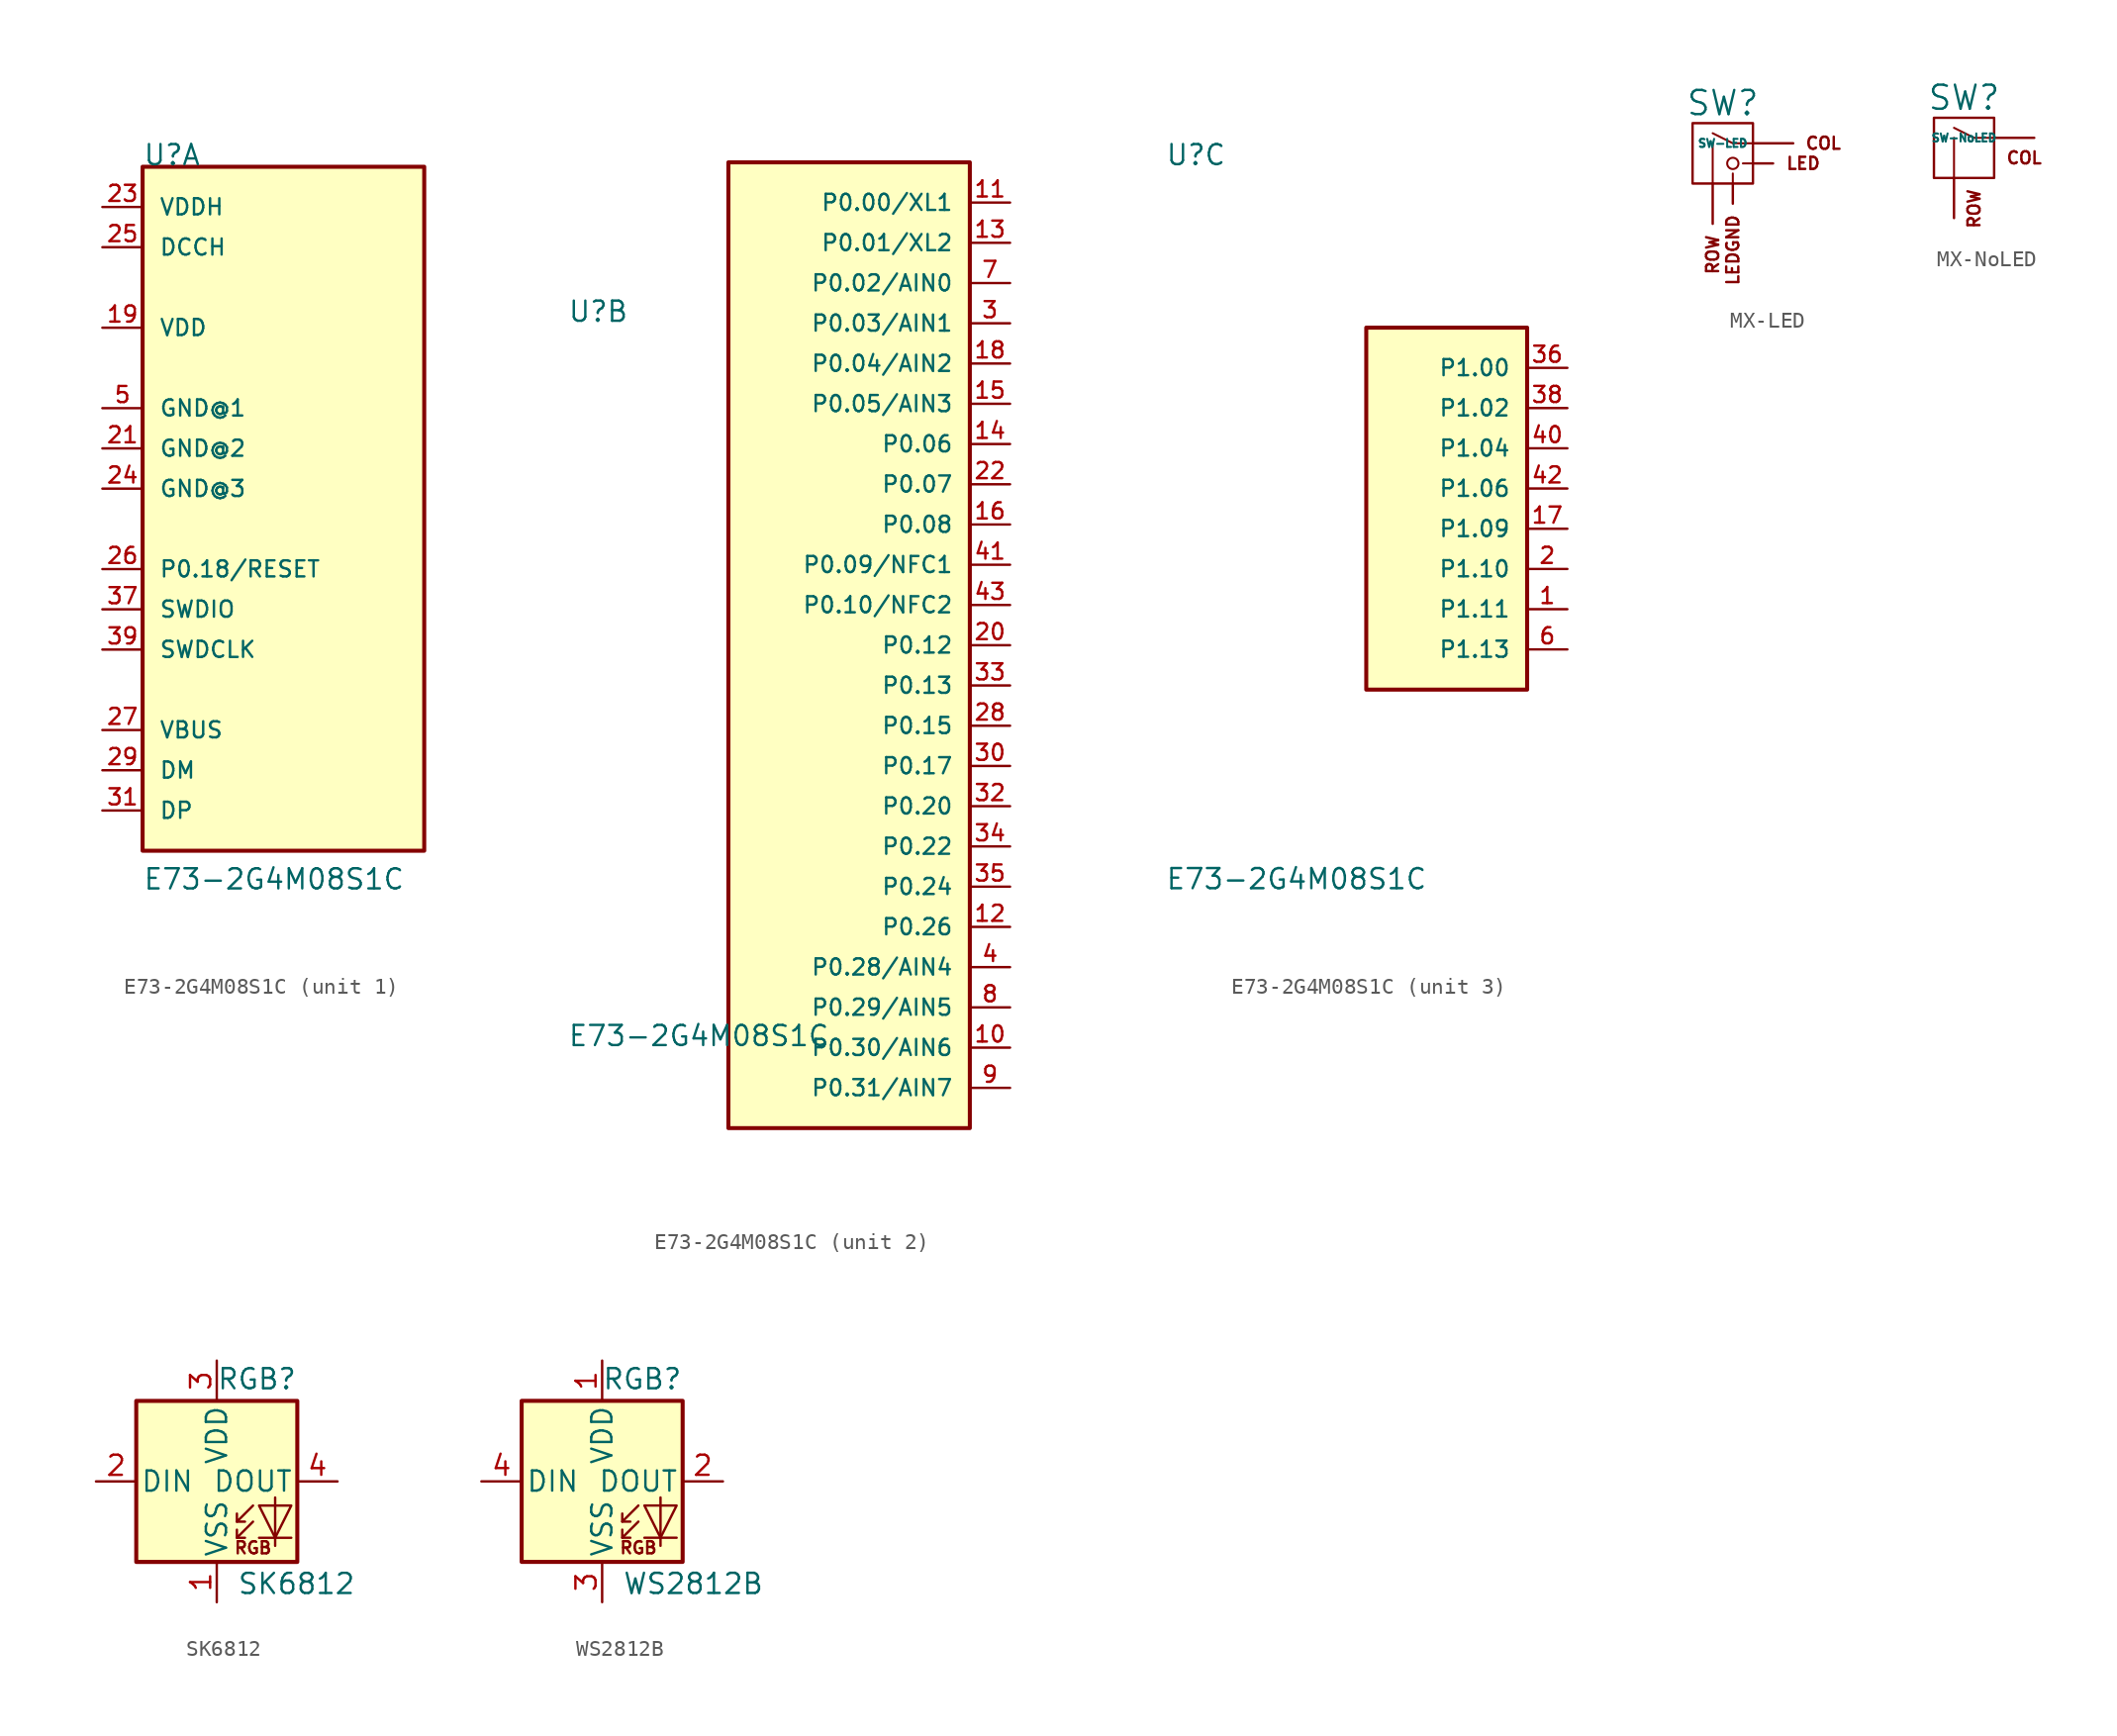
<source format=kicad_sym>
(kicad_symbol_lib
  (version 20231120)
  (generator "kicad_symbol_editor")
  (generator_version "8.0")
  (symbol "E73-2G4M08S1C"
    (pin_names
      (offset 1.016))
    (property "Reference" "U"
      (at -15.24 20.32 0)
      (effects (font (size 1.27 1.27)) (justify left bottom)))
    (property "Value" "E73-2G4M08S1C"
      (at -15.24 -25.4 0)
      (effects (font (size 1.27 1.27)) (justify left bottom)))
    (symbol "E73-2G4M08S1C_1_0"
      (rectangle (start -15.24 -22.86) (end 2.54 20.32) (stroke (width 0.254) (type default)) (fill (type background)))
      (pin bidirectional line (at -17.78 10.16 0) (length 2.54) (name "VDD" (effects (font (size 1.016 1.016)))) (number "19" (effects (font (size 1.016 1.016)))))
      (pin bidirectional line (at -17.78 2.54 0) (length 2.54) (name "GND@2" (effects (font (size 1.016 1.016)))) (number "21" (effects (font (size 1.016 1.016)))))
      (pin bidirectional line (at -17.78 17.78 0) (length 2.54) (name "VDDH" (effects (font (size 1.016 1.016)))) (number "23" (effects (font (size 1.016 1.016)))))
      (pin bidirectional line (at -17.78 0 0) (length 2.54) (name "GND@3" (effects (font (size 1.016 1.016)))) (number "24" (effects (font (size 1.016 1.016)))))
      (pin bidirectional line (at -17.78 15.24 0) (length 2.54) (name "DCCH" (effects (font (size 1.016 1.016)))) (number "25" (effects (font (size 1.016 1.016)))))
      (pin bidirectional line (at -17.78 -5.08 0) (length 2.54) (name "P0.18/RESET" (effects (font (size 1.016 1.016)))) (number "26" (effects (font (size 1.016 1.016)))))
      (pin bidirectional line (at -17.78 -15.24 0) (length 2.54) (name "VBUS" (effects (font (size 1.016 1.016)))) (number "27" (effects (font (size 1.016 1.016)))))
      (pin bidirectional line (at -17.78 -17.78 0) (length 2.54) (name "DM" (effects (font (size 1.016 1.016)))) (number "29" (effects (font (size 1.016 1.016)))))
      (pin bidirectional line (at -17.78 -20.32 0) (length 2.54) (name "DP" (effects (font (size 1.016 1.016)))) (number "31" (effects (font (size 1.016 1.016)))))
      (pin bidirectional line (at -17.78 -7.62 0) (length 2.54) (name "SWDIO" (effects (font (size 1.016 1.016)))) (number "37" (effects (font (size 1.016 1.016)))))
      (pin bidirectional line (at -17.78 -10.16 0) (length 2.54) (name "SWDCLK" (effects (font (size 1.016 1.016)))) (number "39" (effects (font (size 1.016 1.016)))))
      (pin bidirectional line (at -17.78 5.08 0) (length 2.54) (name "GND@1" (effects (font (size 1.016 1.016)))) (number "5" (effects (font (size 1.016 1.016))))))
    (symbol "E73-2G4M08S1C_2_0"
      (rectangle (start -5.08 -30.48) (end 10.16 30.48) (stroke (width 0.254) (type default)) (fill (type background)))
      (pin bidirectional line (at 12.7 -25.4 180) (length 2.54) (name "P0.30/AIN6" (effects (font (size 1.016 1.016)))) (number "10" (effects (font (size 1.016 1.016)))))
      (pin bidirectional line (at 12.7 27.94 180) (length 2.54) (name "P0.00/XL1" (effects (font (size 1.016 1.016)))) (number "11" (effects (font (size 1.016 1.016)))))
      (pin bidirectional line (at 12.7 -17.78 180) (length 2.54) (name "P0.26" (effects (font (size 1.016 1.016)))) (number "12" (effects (font (size 1.016 1.016)))))
      (pin bidirectional line (at 12.7 25.4 180) (length 2.54) (name "P0.01/XL2" (effects (font (size 1.016 1.016)))) (number "13" (effects (font (size 1.016 1.016)))))
      (pin bidirectional line (at 12.7 12.7 180) (length 2.54) (name "P0.06" (effects (font (size 1.016 1.016)))) (number "14" (effects (font (size 1.016 1.016)))))
      (pin bidirectional line (at 12.7 15.24 180) (length 2.54) (name "P0.05/AIN3" (effects (font (size 1.016 1.016)))) (number "15" (effects (font (size 1.016 1.016)))))
      (pin bidirectional line (at 12.7 7.62 180) (length 2.54) (name "P0.08" (effects (font (size 1.016 1.016)))) (number "16" (effects (font (size 1.016 1.016)))))
      (pin bidirectional line (at 12.7 17.78 180) (length 2.54) (name "P0.04/AIN2" (effects (font (size 1.016 1.016)))) (number "18" (effects (font (size 1.016 1.016)))))
      (pin bidirectional line (at 12.7 0 180) (length 2.54) (name "P0.12" (effects (font (size 1.016 1.016)))) (number "20" (effects (font (size 1.016 1.016)))))
      (pin bidirectional line (at 12.7 10.16 180) (length 2.54) (name "P0.07" (effects (font (size 1.016 1.016)))) (number "22" (effects (font (size 1.016 1.016)))))
      (pin bidirectional line (at 12.7 -5.08 180) (length 2.54) (name "P0.15" (effects (font (size 1.016 1.016)))) (number "28" (effects (font (size 1.016 1.016)))))
      (pin bidirectional line (at 12.7 20.32 180) (length 2.54) (name "P0.03/AIN1" (effects (font (size 1.016 1.016)))) (number "3" (effects (font (size 1.016 1.016)))))
      (pin bidirectional line (at 12.7 -7.62 180) (length 2.54) (name "P0.17" (effects (font (size 1.016 1.016)))) (number "30" (effects (font (size 1.016 1.016)))))
      (pin bidirectional line (at 12.7 -10.16 180) (length 2.54) (name "P0.20" (effects (font (size 1.016 1.016)))) (number "32" (effects (font (size 1.016 1.016)))))
      (pin bidirectional line (at 12.7 -2.54 180) (length 2.54) (name "P0.13" (effects (font (size 1.016 1.016)))) (number "33" (effects (font (size 1.016 1.016)))))
      (pin bidirectional line (at 12.7 -12.7 180) (length 2.54) (name "P0.22" (effects (font (size 1.016 1.016)))) (number "34" (effects (font (size 1.016 1.016)))))
      (pin bidirectional line (at 12.7 -15.24 180) (length 2.54) (name "P0.24" (effects (font (size 1.016 1.016)))) (number "35" (effects (font (size 1.016 1.016)))))
      (pin bidirectional line (at 12.7 -20.32 180) (length 2.54) (name "P0.28/AIN4" (effects (font (size 1.016 1.016)))) (number "4" (effects (font (size 1.016 1.016)))))
      (pin bidirectional line (at 12.7 5.08 180) (length 2.54) (name "P0.09/NFC1" (effects (font (size 1.016 1.016)))) (number "41" (effects (font (size 1.016 1.016)))))
      (pin bidirectional line (at 12.7 2.54 180) (length 2.54) (name "P0.10/NFC2" (effects (font (size 1.016 1.016)))) (number "43" (effects (font (size 1.016 1.016)))))
      (pin bidirectional line (at 12.7 22.86 180) (length 2.54) (name "P0.02/AIN0" (effects (font (size 1.016 1.016)))) (number "7" (effects (font (size 1.016 1.016)))))
      (pin bidirectional line (at 12.7 -22.86 180) (length 2.54) (name "P0.29/AIN5" (effects (font (size 1.016 1.016)))) (number "8" (effects (font (size 1.016 1.016)))))
      (pin bidirectional line (at 12.7 -27.94 180) (length 2.54) (name "P0.31/AIN7" (effects (font (size 1.016 1.016)))) (number "9" (effects (font (size 1.016 1.016))))))
    (symbol "E73-2G4M08S1C_3_0"
      (rectangle (start -2.54 -12.7) (end 7.62 10.16) (stroke (width 0.254) (type default)) (fill (type background)))
      (pin bidirectional line (at 10.16 -7.62 180) (length 2.54) (name "P1.11" (effects (font (size 1.016 1.016)))) (number "1" (effects (font (size 1.016 1.016)))))
      (pin bidirectional line (at 10.16 -2.54 180) (length 2.54) (name "P1.09" (effects (font (size 1.016 1.016)))) (number "17" (effects (font (size 1.016 1.016)))))
      (pin bidirectional line (at 10.16 -5.08 180) (length 2.54) (name "P1.10" (effects (font (size 1.016 1.016)))) (number "2" (effects (font (size 1.016 1.016)))))
      (pin bidirectional line (at 10.16 7.62 180) (length 2.54) (name "P1.00" (effects (font (size 1.016 1.016)))) (number "36" (effects (font (size 1.016 1.016)))))
      (pin bidirectional line (at 10.16 5.08 180) (length 2.54) (name "P1.02" (effects (font (size 1.016 1.016)))) (number "38" (effects (font (size 1.016 1.016)))))
      (pin bidirectional line (at 10.16 2.54 180) (length 2.54) (name "P1.04" (effects (font (size 1.016 1.016)))) (number "40" (effects (font (size 1.016 1.016)))))
      (pin bidirectional line (at 10.16 0 180) (length 2.54) (name "P1.06" (effects (font (size 1.016 1.016)))) (number "42" (effects (font (size 1.016 1.016)))))
      (pin bidirectional line (at 10.16 -10.16 180) (length 2.54) (name "P1.13" (effects (font (size 1.016 1.016)))) (number "6" (effects (font (size 1.016 1.016)))))))
  (symbol "MX-LED"
    (pin_names
      (offset 1.016))
    (property "Reference" "SW"
      (at -0.635 3.81 0)
      (effects (font (size 1.524 1.524))))
    (property "Value" "SW-LED"
      (at -0.635 1.27 0)
      (effects (font (size 0.508 0.508))))
    (symbol "MX-LED_0_0"
      (rectangle (start -2.54 2.54) (end 1.27 -1.27) (stroke (width 0) (type solid)) (fill (type none)))
      (polyline (pts (xy -1.27 -1.27) (xy -1.27 1.27)) (stroke (width 0.127) (type solid)) (fill (type none)))
      (polyline (pts (xy 0 -1.27) (xy 0 -0.635)) (stroke (width 0.127) (type solid)) (fill (type none)))
      (polyline (pts (xy 1.27 0) (xy 0.635 0)) (stroke (width 0.127) (type solid)) (fill (type none)))
      (polyline (pts (xy 1.27 1.27) (xy 0 1.27) (xy -1.27 1.905)) (stroke (width 0.127) (type solid)) (fill (type none)))
      (circle (center 0 0) (radius 0.356) (stroke (width 0.127) (type solid)) (fill (type none)))
      (text "COL" (at 5.715 1.27 0) (effects (font (size 0.762 0.762))))
      (text "LED" (at 4.445 0 0) (effects (font (size 0.762 0.762))))
      (text "ROW" (at -1.27 -4.445 900) (effects (font (size 0.762 0.762)) (justify right))))
    (symbol "MX-LED_1_0"
      (text "LEDGND" (at 0 -3.175 900) (effects (font (size 0.762 0.762)) (justify right))))
    (symbol "MX-LED_1_1"
      (pin passive line (at 3.81 1.27 180) (length 2.54) (name "COL" (effects (font (size 0 0)))) (number "1" (effects (font (size 0 0)))))
      (pin passive line (at -1.27 -3.81 90) (length 2.54) (name "ROW" (effects (font (size 0 0)))) (number "2" (effects (font (size 0 0)))))
      (pin input line (at 2.54 0 180) (length 1.27) (name "LED" (effects (font (size 0 0)))) (number "3" (effects (font (size 0 0)))))
      (pin passive line (at 0 -2.54 90) (length 1.27) (name "LEDGND" (effects (font (size 0 0)))) (number "4" (effects (font (size 0 0)))))))
  (symbol "MX-NoLED"
    (pin_names
      (offset 1.016))
    (property "Reference" "SW"
      (at -0.635 3.81 0)
      (effects (font (size 1.524 1.524))))
    (property "Value" "SW-NoLED"
      (at -0.635 1.27 0)
      (effects (font (size 0.508 0.508))))
    (symbol "MX-NoLED_0_0"
      (rectangle (start -2.54 2.54) (end 1.27 -1.27) (stroke (width 0) (type solid)) (fill (type none)))
      (polyline (pts (xy -1.27 -1.27) (xy -1.27 1.27)) (stroke (width 0.127) (type solid)) (fill (type none)))
      (polyline (pts (xy 1.27 1.27) (xy 0 1.27) (xy -1.27 1.905)) (stroke (width 0.127) (type solid)) (fill (type none)))
      (text "COL" (at 3.175 0 0) (effects (font (size 0.762 0.762))))
      (text "ROW" (at 0 -1.905 900) (effects (font (size 0.762 0.762)) (justify right))))
    (symbol "MX-NoLED_1_1"
      (pin passive line (at 3.81 1.27 180) (length 2.54) (name "COL" (effects (font (size 0 0)))) (number "1" (effects (font (size 0 0)))))
      (pin passive line (at -1.27 -3.81 90) (length 2.54) (name "ROW" (effects (font (size 0 0)))) (number "2" (effects (font (size 0 0)))))))
  (symbol "SK6812"
    (pin_names
      (offset 0.254))
    (property "Reference" "RGB"
      (at 5.08 5.715 0)
      (effects (font (size 1.27 1.27)) (justify right bottom)))
    (property "Value" "SK6812"
      (at 1.27 -5.715 0)
      (effects (font (size 1.27 1.27)) (justify left top)))
    (symbol "SK6812_0_0"
      (text "RGB" (at 2.286 -4.191 0) (effects (font (size 0.762 0.762)))))
    (symbol "SK6812_0_1"
      (polyline (pts (xy 1.27 -3.556) (xy 1.778 -3.556)) (stroke (width 0) (type default)) (fill (type none)))
      (polyline (pts (xy 1.27 -2.54) (xy 1.778 -2.54)) (stroke (width 0) (type default)) (fill (type none)))
      (polyline (pts (xy 4.699 -3.556) (xy 2.667 -3.556)) (stroke (width 0) (type default)) (fill (type none)))
      (polyline (pts (xy 2.286 -2.54) (xy 1.27 -3.556) (xy 1.27 -3.048)) (stroke (width 0) (type default)) (fill (type none)))
      (polyline (pts (xy 2.286 -1.524) (xy 1.27 -2.54) (xy 1.27 -2.032)) (stroke (width 0) (type default)) (fill (type none)))
      (polyline (pts (xy 3.683 -1.016) (xy 3.683 -3.556) (xy 3.683 -4.064)) (stroke (width 0) (type default)) (fill (type none)))
      (polyline (pts (xy 4.699 -1.524) (xy 2.667 -1.524) (xy 3.683 -3.556) (xy 4.699 -1.524)) (stroke (width 0) (type default)) (fill (type none)))
      (rectangle (start 5.08 5.08) (end -5.08 -5.08) (stroke (width 0.254) (type default)) (fill (type background))))
    (symbol "SK6812_1_1"
      (pin power_in line (at 0 -7.62 90) (length 2.54) (name "VSS" (effects (font (size 1.27 1.27)))) (number "1" (effects (font (size 1.27 1.27)))))
      (pin input line (at -7.62 0 0) (length 2.54) (name "DIN" (effects (font (size 1.27 1.27)))) (number "2" (effects (font (size 1.27 1.27)))))
      (pin power_in line (at 0 7.62 270) (length 2.54) (name "VDD" (effects (font (size 1.27 1.27)))) (number "3" (effects (font (size 1.27 1.27)))))
      (pin output line (at 7.62 0 180) (length 2.54) (name "DOUT" (effects (font (size 1.27 1.27)))) (number "4" (effects (font (size 1.27 1.27)))))))
  (symbol "WS2812B"
    (pin_names
      (offset 0.254))
    (property "Reference" "RGB"
      (at 5.08 5.715 0)
      (effects (font (size 1.27 1.27)) (justify right bottom)))
    (property "Value" "WS2812B"
      (at 1.27 -5.715 0)
      (effects (font (size 1.27 1.27)) (justify left top)))
    (symbol "WS2812B_0_0"
      (text "RGB" (at 2.286 -4.191 0) (effects (font (size 0.762 0.762)))))
    (symbol "WS2812B_0_1"
      (polyline (pts (xy 1.27 -3.556) (xy 1.778 -3.556)) (stroke (width 0) (type default)) (fill (type none)))
      (polyline (pts (xy 1.27 -2.54) (xy 1.778 -2.54)) (stroke (width 0) (type default)) (fill (type none)))
      (polyline (pts (xy 4.699 -3.556) (xy 2.667 -3.556)) (stroke (width 0) (type default)) (fill (type none)))
      (polyline (pts (xy 2.286 -2.54) (xy 1.27 -3.556) (xy 1.27 -3.048)) (stroke (width 0) (type default)) (fill (type none)))
      (polyline (pts (xy 2.286 -1.524) (xy 1.27 -2.54) (xy 1.27 -2.032)) (stroke (width 0) (type default)) (fill (type none)))
      (polyline (pts (xy 3.683 -1.016) (xy 3.683 -3.556) (xy 3.683 -4.064)) (stroke (width 0) (type default)) (fill (type none)))
      (polyline (pts (xy 4.699 -1.524) (xy 2.667 -1.524) (xy 3.683 -3.556) (xy 4.699 -1.524)) (stroke (width 0) (type default)) (fill (type none)))
      (rectangle (start 5.08 5.08) (end -5.08 -5.08) (stroke (width 0.254) (type default)) (fill (type background))))
    (symbol "WS2812B_1_1"
      (pin power_in line (at 0 7.62 270) (length 2.54) (name "VDD" (effects (font (size 1.27 1.27)))) (number "1" (effects (font (size 1.27 1.27)))))
      (pin output line (at 7.62 0 180) (length 2.54) (name "DOUT" (effects (font (size 1.27 1.27)))) (number "2" (effects (font (size 1.27 1.27)))))
      (pin power_in line (at 0 -7.62 90) (length 2.54) (name "VSS" (effects (font (size 1.27 1.27)))) (number "3" (effects (font (size 1.27 1.27)))))
      (pin input line (at -7.62 0 0) (length 2.54) (name "DIN" (effects (font (size 1.27 1.27)))) (number "4" (effects (font (size 1.27 1.27))))))))
</source>
